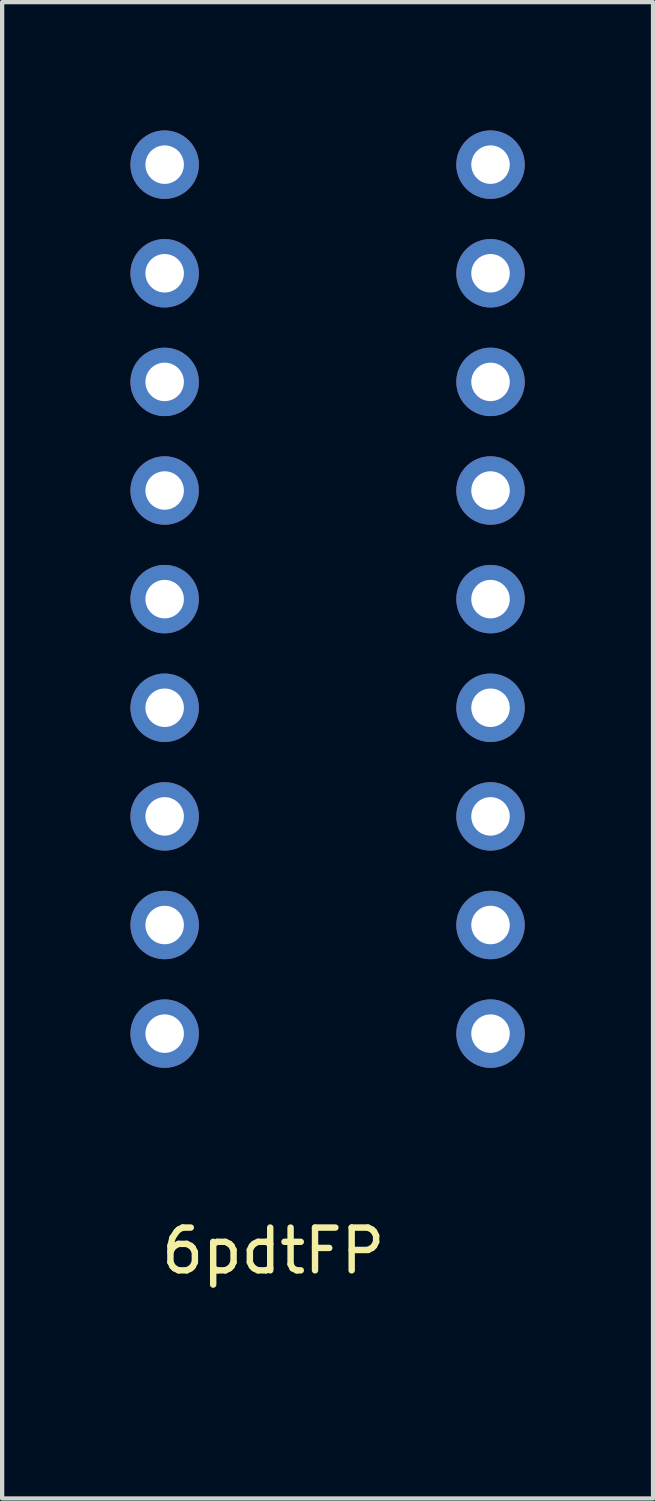
<source format=kicad_pcb>
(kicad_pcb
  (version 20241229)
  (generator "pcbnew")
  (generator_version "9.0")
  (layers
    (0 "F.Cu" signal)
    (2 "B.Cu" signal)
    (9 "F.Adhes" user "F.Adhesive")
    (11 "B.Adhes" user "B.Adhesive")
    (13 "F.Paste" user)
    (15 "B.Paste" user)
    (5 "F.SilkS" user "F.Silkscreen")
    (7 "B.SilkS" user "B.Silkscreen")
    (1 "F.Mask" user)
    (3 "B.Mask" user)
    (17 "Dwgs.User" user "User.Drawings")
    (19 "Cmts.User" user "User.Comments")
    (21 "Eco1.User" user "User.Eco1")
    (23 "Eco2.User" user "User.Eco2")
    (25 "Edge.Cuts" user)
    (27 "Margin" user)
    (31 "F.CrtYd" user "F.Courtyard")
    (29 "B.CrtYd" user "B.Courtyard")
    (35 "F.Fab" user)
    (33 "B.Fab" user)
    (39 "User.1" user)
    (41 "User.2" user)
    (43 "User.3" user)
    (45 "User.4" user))
  (footprint "6pdtFP"
    (layer "F.Cu")
    (at 3.34 28.74)
    (property "Reference" "6pdtFP" (at 0 -2.54 0) (layer "F.SilkS") (effects (font (size 1 1) (thickness 0.15))))
    (attr through_hole)
    (pad "1" thru_hole circle (at -2.54 -27.94) (size 1.6 1.6) (drill 0.9) (layers "*.Cu" "*.Mask"))
    (pad "2" thru_hole circle (at 5.08 -27.94) (size 1.6 1.6) (drill 0.9) (layers "*.Cu" "*.Mask"))
    (pad "3" thru_hole circle (at -2.54 -25.4) (size 1.6 1.6) (drill 0.9) (layers "*.Cu" "*.Mask"))
    (pad "4" thru_hole circle (at 5.08 -25.4) (size 1.6 1.6) (drill 0.9) (layers "*.Cu" "*.Mask"))
    (pad "5" thru_hole circle (at -2.54 -22.86) (size 1.6 1.6) (drill 0.9) (layers "*.Cu" "*.Mask"))
    (pad "6" thru_hole circle (at 5.08 -22.86) (size 1.6 1.6) (drill 0.9) (layers "*.Cu" "*.Mask"))
    (pad "7" thru_hole circle (at -2.54 -20.32) (size 1.6 1.6) (drill 0.9) (layers "*.Cu" "*.Mask"))
    (pad "8" thru_hole circle (at 5.08 -20.32) (size 1.6 1.6) (drill 0.9) (layers "*.Cu" "*.Mask"))
    (pad "9" thru_hole circle (at -2.54 -17.78) (size 1.6 1.6) (drill 0.9) (layers "*.Cu" "*.Mask"))
    (pad "10" thru_hole circle (at 5.08 -17.78) (size 1.6 1.6) (drill 0.9) (layers "*.Cu" "*.Mask"))
    (pad "11" thru_hole circle (at -2.54 -15.24) (size 1.6 1.6) (drill 0.9) (layers "*.Cu" "*.Mask"))
    (pad "12" thru_hole circle (at 5.08 -15.24) (size 1.6 1.6) (drill 0.9) (layers "*.Cu" "*.Mask"))
    (pad "13" thru_hole circle (at -2.54 -12.7) (size 1.6 1.6) (drill 0.9) (layers "*.Cu" "*.Mask"))
    (pad "14" thru_hole circle (at 5.08 -12.7) (size 1.6 1.6) (drill 0.9) (layers "*.Cu" "*.Mask"))
    (pad "15" thru_hole circle (at -2.54 -10.16) (size 1.6 1.6) (drill 0.9) (layers "*.Cu" "*.Mask"))
    (pad "16" thru_hole circle (at 5.08 -10.16) (size 1.6 1.6) (drill 0.9) (layers "*.Cu" "*.Mask"))
    (pad "17" thru_hole circle (at -2.54 -7.62) (size 1.6 1.6) (drill 0.9) (layers "*.Cu" "*.Mask"))
    (pad "18" thru_hole circle (at 5.08 -7.62) (size 1.6 1.6) (drill 0.9) (layers "*.Cu" "*.Mask")))
  (gr_rect
    (start -3 -3)
    (end 12.22 31.99)
    (stroke (width 0.1) (type default))
    (fill no)
    (layer "Edge.Cuts")))
</source>
